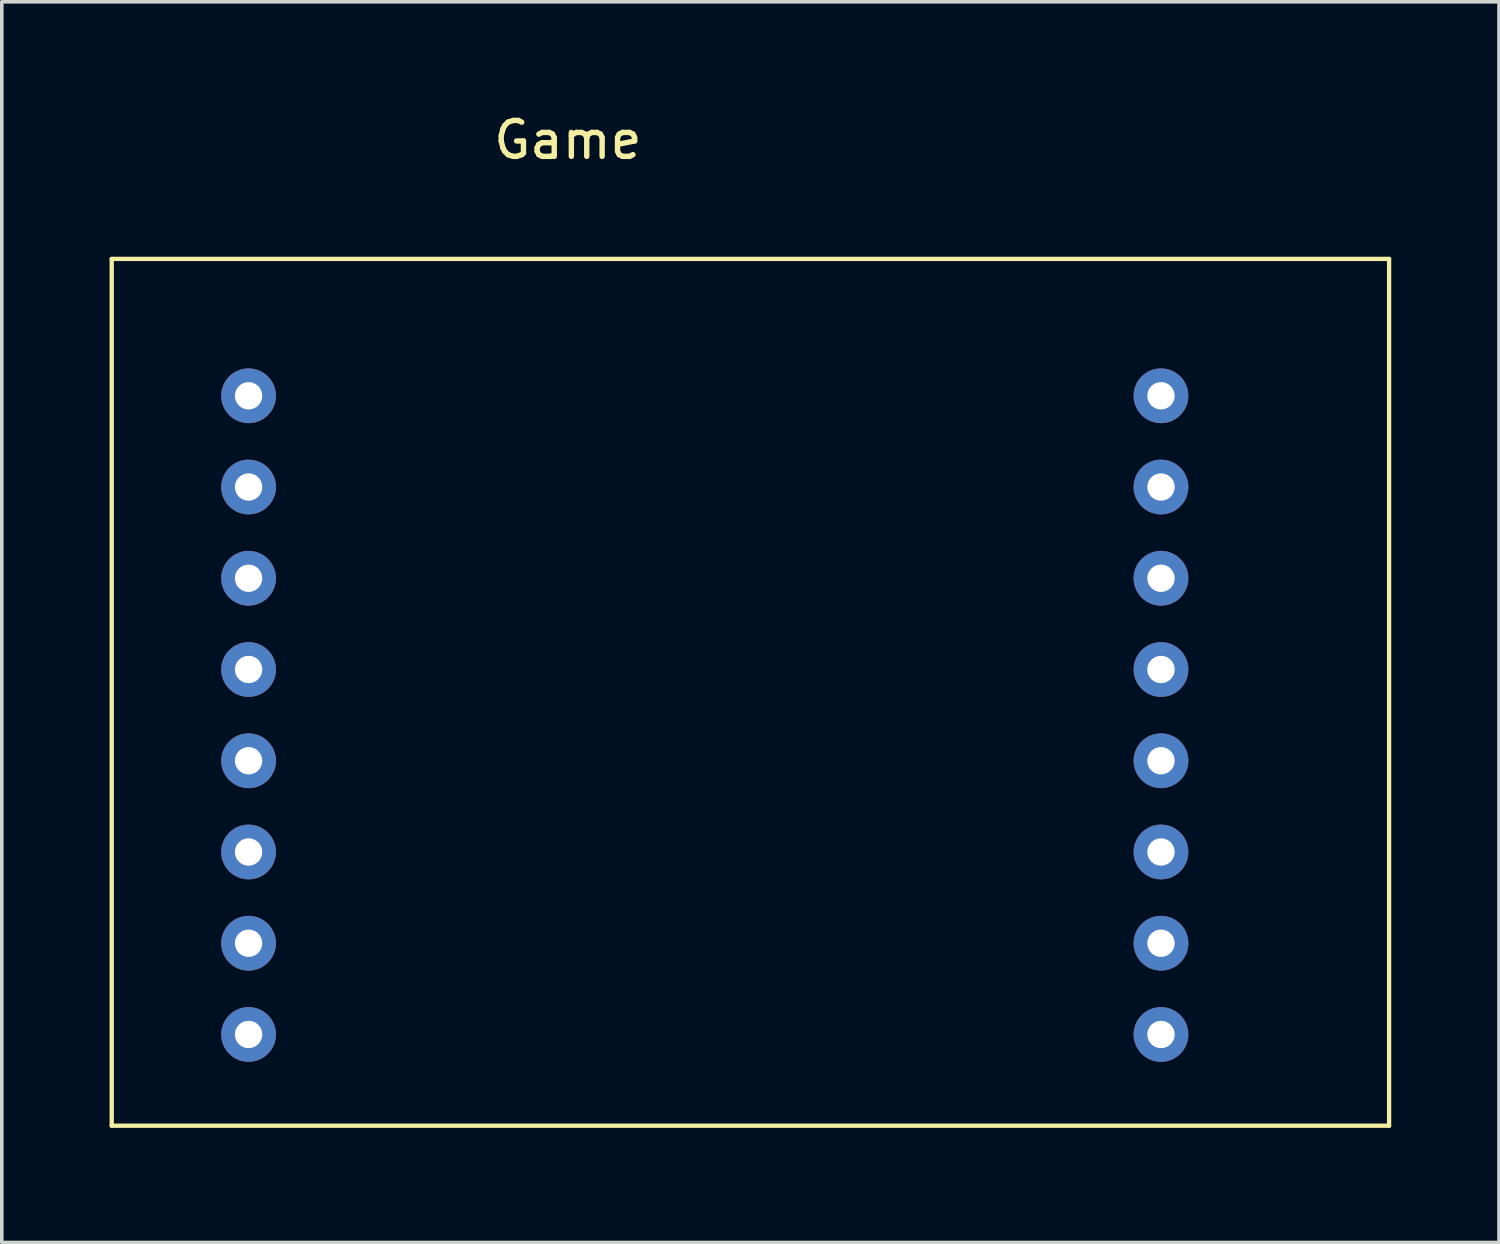
<source format=kicad_pcb>
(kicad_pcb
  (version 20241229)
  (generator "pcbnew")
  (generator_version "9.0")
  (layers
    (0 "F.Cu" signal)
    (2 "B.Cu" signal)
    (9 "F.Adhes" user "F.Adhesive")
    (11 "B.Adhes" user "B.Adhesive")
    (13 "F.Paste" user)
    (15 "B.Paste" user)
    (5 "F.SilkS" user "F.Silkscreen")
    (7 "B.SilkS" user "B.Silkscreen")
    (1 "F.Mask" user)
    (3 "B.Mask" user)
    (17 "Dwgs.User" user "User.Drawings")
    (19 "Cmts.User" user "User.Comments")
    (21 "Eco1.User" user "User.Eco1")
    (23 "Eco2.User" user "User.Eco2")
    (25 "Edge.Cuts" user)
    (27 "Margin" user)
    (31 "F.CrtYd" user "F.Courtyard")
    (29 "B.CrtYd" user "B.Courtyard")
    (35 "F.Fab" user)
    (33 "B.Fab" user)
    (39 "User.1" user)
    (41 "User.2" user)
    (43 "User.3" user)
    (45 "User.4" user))
  (footprint "Game"
    (layer "F.Cu")
    (at 16.57 28.288)
    (property "Reference" "Game" (at -3.81 -27.44 0) (layer "F.SilkS") (effects (font (size 1 1) (thickness 0.15))))
    (attr through_hole)
    (fp_line (start -16.51 -24.13) (end 19.05 -24.13) (stroke (width 0.12) (type solid)) (layer "F.SilkS"))
    (fp_line (start -16.51 0) (end -16.51 -24.13) (stroke (width 0.12) (type solid)) (layer "F.SilkS"))
    (fp_line (start 19.05 -24.13) (end 19.05 0) (stroke (width 0.12) (type solid)) (layer "F.SilkS"))
    (fp_line (start 19.05 0) (end -16.51 0) (stroke (width 0.12) (type solid)) (layer "F.SilkS"))
    (pad "1" thru_hole circle (at -12.7 -15.24) (size 1.524 1.524) (drill 0.762) (layers "*.Cu" "*.Mask"))
    (pad "2" thru_hole circle (at -12.7 -12.7) (size 1.524 1.524) (drill 0.762) (layers "*.Cu" "*.Mask"))
    (pad "3" thru_hole circle (at -12.7 -10.16) (size 1.524 1.524) (drill 0.762) (layers "*.Cu" "*.Mask"))
    (pad "4" thru_hole circle (at -12.7 -7.62) (size 1.524 1.524) (drill 0.762) (layers "*.Cu" "*.Mask"))
    (pad "5" thru_hole circle (at -12.7 -5.08) (size 1.524 1.524) (drill 0.762) (layers "*.Cu" "*.Mask"))
    (pad "6" thru_hole circle (at -12.7 -2.54) (size 1.524 1.524) (drill 0.762) (layers "*.Cu" "*.Mask"))
    (pad "7" thru_hole circle (at -12.7 -17.78) (size 1.524 1.524) (drill 0.762) (layers "*.Cu" "*.Mask"))
    (pad "8" thru_hole circle (at -12.7 -20.32) (size 1.524 1.524) (drill 0.762) (layers "*.Cu" "*.Mask"))
    (pad "9" thru_hole circle (at 12.7 -20.32) (size 1.524 1.524) (drill 0.762) (layers "*.Cu" "*.Mask"))
    (pad "10" thru_hole circle (at 12.7 -17.78) (size 1.524 1.524) (drill 0.762) (layers "*.Cu" "*.Mask"))
    (pad "11" thru_hole circle (at 12.7 -15.24) (size 1.524 1.524) (drill 0.762) (layers "*.Cu" "*.Mask"))
    (pad "12" thru_hole circle (at 12.7 -12.7) (size 1.524 1.524) (drill 0.762) (layers "*.Cu" "*.Mask"))
    (pad "13" thru_hole circle (at 12.7 -10.16) (size 1.524 1.524) (drill 0.762) (layers "*.Cu" "*.Mask"))
    (pad "14" thru_hole circle (at 12.7 -7.62) (size 1.524 1.524) (drill 0.762) (layers "*.Cu" "*.Mask"))
    (pad "15" thru_hole circle (at 12.7 -5.08) (size 1.524 1.524) (drill 0.762) (layers "*.Cu" "*.Mask"))
    (pad "16" thru_hole circle (at 12.7 -2.54) (size 1.524 1.524) (drill 0.762) (layers "*.Cu" "*.Mask")))
  (gr_rect
    (start -3 -3)
    (end 38.68 31.538)
    (stroke (width 0.1) (type default))
    (fill no)
    (layer "Edge.Cuts")))
</source>
